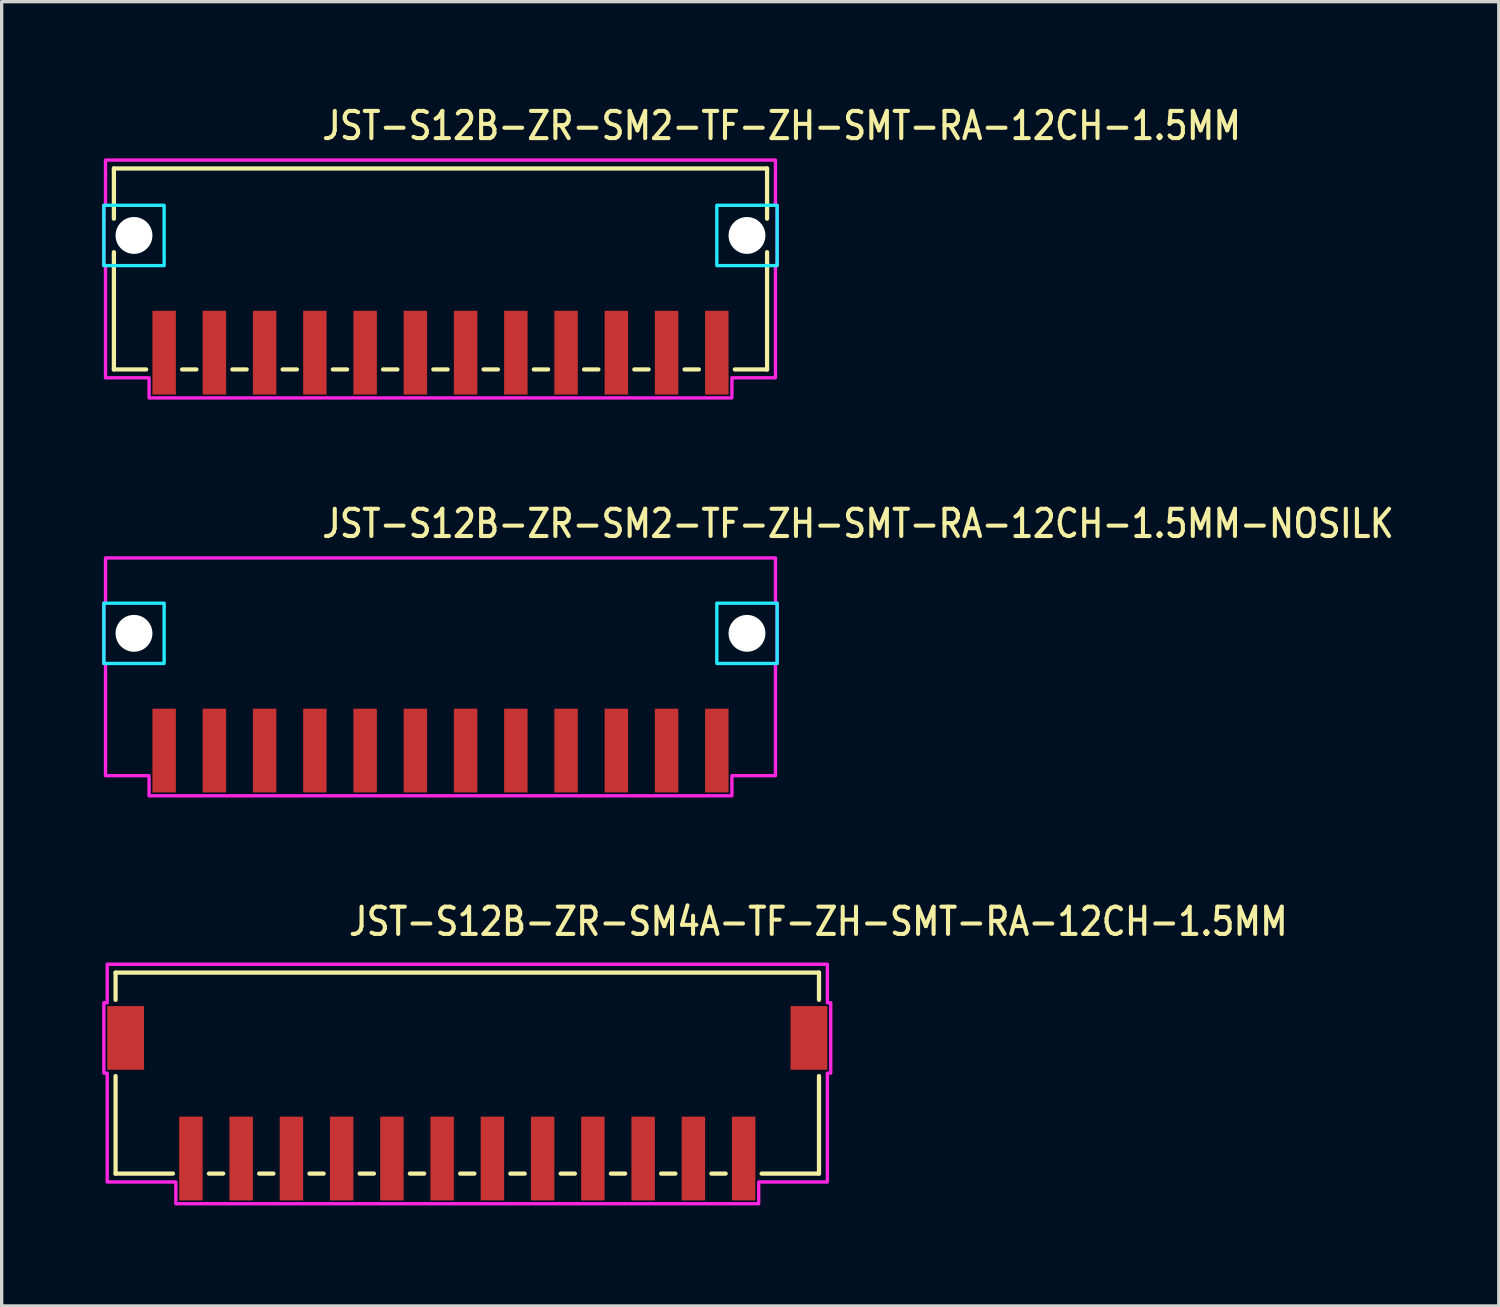
<source format=kicad_pcb>
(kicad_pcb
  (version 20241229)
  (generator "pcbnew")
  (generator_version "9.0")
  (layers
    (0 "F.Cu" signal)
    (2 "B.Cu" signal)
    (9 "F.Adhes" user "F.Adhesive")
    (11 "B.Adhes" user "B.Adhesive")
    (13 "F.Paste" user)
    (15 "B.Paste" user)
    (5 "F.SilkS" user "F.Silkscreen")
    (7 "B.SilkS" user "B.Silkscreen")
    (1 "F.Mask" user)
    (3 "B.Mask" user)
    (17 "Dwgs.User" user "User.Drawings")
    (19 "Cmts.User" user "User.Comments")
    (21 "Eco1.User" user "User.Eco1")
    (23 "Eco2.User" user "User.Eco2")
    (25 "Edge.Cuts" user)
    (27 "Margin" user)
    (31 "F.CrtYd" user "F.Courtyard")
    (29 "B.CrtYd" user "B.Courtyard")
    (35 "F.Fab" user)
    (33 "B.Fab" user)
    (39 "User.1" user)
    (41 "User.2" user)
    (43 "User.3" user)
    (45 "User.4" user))
  (footprint "JST-S12B-ZR-SM2-TF-ZH-SMT-RA-12CH-1.5MM-NOSILK"
    (layer "F.Cu")
    (at 10.1 15.857)
    (property "Reference" "JST-S12B-ZR-SM2-TF-ZH-SMT-RA-12CH-1.5MM-NOSILK" (at -3.6 -2.8 0) (unlocked yes) (layer "F.SilkS") (effects (font (size 0.813 0.695) (thickness 0.122)) (justify left bottom)))
    (fp_poly (pts (xy -10.05 -0.9) (xy -10.05 0.9) (xy -8.25 0.9) (xy -8.25 -0.9)) (stroke (width 0.1) (type solid)) (fill no) (layer "B.CrtYd"))
    (fp_poly (pts (xy 10.05 -0.9) (xy 10.05 0.9) (xy 8.25 0.9) (xy 8.25 -0.9)) (stroke (width 0.1) (type solid)) (fill no) (layer "B.CrtYd"))
    (fp_poly (pts (xy -10 -2.25) (xy -10 -0.9) (xy -10.05 -0.9) (xy -10.05 0.9) (xy -10 0.9) (xy -10 4.25) (xy -8.7 4.25) (xy -8.7 4.85) (xy 8.7 4.85) (xy 8.7 4.25) (xy 10 4.25) (xy 10 0.9) (xy 10.05 0.9) (xy 10.05 -0.9) (xy 10 -0.9) (xy 10 -2.25)) (stroke (width 0.1) (type solid)) (fill no) (layer "F.CrtYd"))
    (pad "" np_thru_hole circle (at -9.15 0) (size 1.1 1.1) (drill 1.1) (layers "*.Cu" "*.Mask"))
    (pad "" np_thru_hole circle (at 9.15 0) (size 1.1 1.1) (drill 1.1) (layers "*.Cu" "*.Mask"))
    (pad "P$1" smd rect (at 8.25 3.5) (size 0.7 2.5) (layers "F.Cu" "F.Mask" "F.Paste"))
    (pad "P$2" smd rect (at 6.75 3.5) (size 0.7 2.5) (layers "F.Cu" "F.Mask" "F.Paste"))
    (pad "P$3" smd rect (at 5.25 3.5) (size 0.7 2.5) (layers "F.Cu" "F.Mask" "F.Paste"))
    (pad "P$4" smd rect (at 3.75 3.5) (size 0.7 2.5) (layers "F.Cu" "F.Mask" "F.Paste"))
    (pad "P$5" smd rect (at 2.25 3.5) (size 0.7 2.5) (layers "F.Cu" "F.Mask" "F.Paste"))
    (pad "P$6" smd rect (at 0.75 3.5) (size 0.7 2.5) (layers "F.Cu" "F.Mask" "F.Paste"))
    (pad "P$7" smd rect (at -0.75 3.5) (size 0.7 2.5) (layers "F.Cu" "F.Mask" "F.Paste"))
    (pad "P$8" smd rect (at -2.25 3.5) (size 0.7 2.5) (layers "F.Cu" "F.Mask" "F.Paste"))
    (pad "P$9" smd rect (at -3.75 3.5) (size 0.7 2.5) (layers "F.Cu" "F.Mask" "F.Paste"))
    (pad "P$10" smd rect (at -5.25 3.5) (size 0.7 2.5) (layers "F.Cu" "F.Mask" "F.Paste"))
    (pad "P$11" smd rect (at -6.75 3.5) (size 0.7 2.5) (layers "F.Cu" "F.Mask" "F.Paste"))
    (pad "P$12" smd rect (at -8.25 3.5) (size 0.7 2.5) (layers "F.Cu" "F.Mask" "F.Paste")))
  (footprint "JST-S12B-ZR-SM2-TF-ZH-SMT-RA-12CH-1.5MM"
    (layer "F.Cu")
    (at 10.1 3.979)
    (property "Reference" "JST-S12B-ZR-SM2-TF-ZH-SMT-RA-12CH-1.5MM" (at -3.6 -2.8 0) (unlocked yes) (layer "F.SilkS") (effects (font (size 0.813 0.695) (thickness 0.122)) (justify left bottom)))
    (fp_line (start -9.75 -2) (end -9.75 -0.5) (stroke (width 0.127) (type solid)) (layer "F.SilkS"))
    (fp_line (start -9.75 -2) (end 9.75 -2) (stroke (width 0.127) (type solid)) (layer "F.SilkS"))
    (fp_line (start -9.75 4) (end -9.75 0.5) (stroke (width 0.127) (type solid)) (layer "F.SilkS"))
    (fp_line (start -9.75 4) (end -8.787 4) (stroke (width 0.127) (type solid)) (layer "F.SilkS"))
    (fp_line (start -7.713 4) (end -7.287 4) (stroke (width 0.127) (type solid)) (layer "F.SilkS"))
    (fp_line (start -6.213 4) (end -5.787 4) (stroke (width 0.127) (type solid)) (layer "F.SilkS"))
    (fp_line (start -4.713 4) (end -4.287 4) (stroke (width 0.127) (type solid)) (layer "F.SilkS"))
    (fp_line (start -3.213 4) (end -2.787 4) (stroke (width 0.127) (type solid)) (layer "F.SilkS"))
    (fp_line (start -1.714 4) (end -1.286 4) (stroke (width 0.127) (type solid)) (layer "F.SilkS"))
    (fp_line (start -0.213 4) (end 0.213 4) (stroke (width 0.127) (type solid)) (layer "F.SilkS"))
    (fp_line (start 1.286 4) (end 1.714 4) (stroke (width 0.127) (type solid)) (layer "F.SilkS"))
    (fp_line (start 2.787 4) (end 3.213 4) (stroke (width 0.127) (type solid)) (layer "F.SilkS"))
    (fp_line (start 4.287 4) (end 4.713 4) (stroke (width 0.127) (type solid)) (layer "F.SilkS"))
    (fp_line (start 5.787 4) (end 6.213 4) (stroke (width 0.127) (type solid)) (layer "F.SilkS"))
    (fp_line (start 7.287 4) (end 7.713 4) (stroke (width 0.127) (type solid)) (layer "F.SilkS"))
    (fp_line (start 8.787 4) (end 9.75 4) (stroke (width 0.127) (type solid)) (layer "F.SilkS"))
    (fp_line (start 9.75 -0.5) (end 9.75 -2) (stroke (width 0.127) (type solid)) (layer "F.SilkS"))
    (fp_line (start 9.75 0.5) (end 9.75 4) (stroke (width 0.127) (type solid)) (layer "F.SilkS"))
    (fp_poly (pts (xy -10.05 -0.9) (xy -10.05 0.9) (xy -8.25 0.9) (xy -8.25 -0.9)) (stroke (width 0.1) (type solid)) (fill no) (layer "B.CrtYd"))
    (fp_poly (pts (xy 10.05 -0.9) (xy 10.05 0.9) (xy 8.25 0.9) (xy 8.25 -0.9)) (stroke (width 0.1) (type solid)) (fill no) (layer "B.CrtYd"))
    (fp_poly (pts (xy -10 -2.25) (xy -10 -0.9) (xy -10.05 -0.9) (xy -10.05 0.9) (xy -10 0.9) (xy -10 4.25) (xy -8.7 4.25) (xy -8.7 4.85) (xy 8.7 4.85) (xy 8.7 4.25) (xy 10 4.25) (xy 10 0.9) (xy 10.05 0.9) (xy 10.05 -0.9) (xy 10 -0.9) (xy 10 -2.25)) (stroke (width 0.1) (type solid)) (fill no) (layer "F.CrtYd"))
    (pad "" np_thru_hole circle (at -9.15 0) (size 1.1 1.1) (drill 1.1) (layers "*.Cu" "*.Mask"))
    (pad "" np_thru_hole circle (at 9.15 0) (size 1.1 1.1) (drill 1.1) (layers "*.Cu" "*.Mask"))
    (pad "P$1" smd rect (at 8.25 3.5) (size 0.7 2.5) (layers "F.Cu" "F.Mask" "F.Paste"))
    (pad "P$2" smd rect (at 6.75 3.5) (size 0.7 2.5) (layers "F.Cu" "F.Mask" "F.Paste"))
    (pad "P$3" smd rect (at 5.25 3.5) (size 0.7 2.5) (layers "F.Cu" "F.Mask" "F.Paste"))
    (pad "P$4" smd rect (at 3.75 3.5) (size 0.7 2.5) (layers "F.Cu" "F.Mask" "F.Paste"))
    (pad "P$5" smd rect (at 2.25 3.5) (size 0.7 2.5) (layers "F.Cu" "F.Mask" "F.Paste"))
    (pad "P$6" smd rect (at 0.75 3.5) (size 0.7 2.5) (layers "F.Cu" "F.Mask" "F.Paste"))
    (pad "P$7" smd rect (at -0.75 3.5) (size 0.7 2.5) (layers "F.Cu" "F.Mask" "F.Paste"))
    (pad "P$8" smd rect (at -2.25 3.5) (size 0.7 2.5) (layers "F.Cu" "F.Mask" "F.Paste"))
    (pad "P$9" smd rect (at -3.75 3.5) (size 0.7 2.5) (layers "F.Cu" "F.Mask" "F.Paste"))
    (pad "P$10" smd rect (at -5.25 3.5) (size 0.7 2.5) (layers "F.Cu" "F.Mask" "F.Paste"))
    (pad "P$11" smd rect (at -6.75 3.5) (size 0.7 2.5) (layers "F.Cu" "F.Mask" "F.Paste"))
    (pad "P$12" smd rect (at -8.25 3.5) (size 0.7 2.5) (layers "F.Cu" "F.Mask" "F.Paste")))
  (footprint "JST-S12B-ZR-SM4A-TF-ZH-SMT-RA-12CH-1.5MM"
    (layer "F.Cu")
    (at 10.9 27.936)
    (property "Reference" "JST-S12B-ZR-SM4A-TF-ZH-SMT-RA-12CH-1.5MM" (at -3.6 -3 0) (unlocked yes) (layer "F.SilkS") (effects (font (size 0.813 0.695) (thickness 0.122)) (justify left bottom)))
    (fp_line (start -10.5 -1.95) (end -10.5 -1.137) (stroke (width 0.127) (type solid)) (layer "F.SilkS"))
    (fp_line (start -10.5 -1.95) (end 10.5 -1.95) (stroke (width 0.127) (type solid)) (layer "F.SilkS"))
    (fp_line (start -10.5 4.05) (end -10.5 1.137) (stroke (width 0.127) (type solid)) (layer "F.SilkS"))
    (fp_line (start -10.5 4.05) (end -8.787 4.05) (stroke (width 0.127) (type solid)) (layer "F.SilkS"))
    (fp_line (start -7.713 4.05) (end -7.287 4.05) (stroke (width 0.127) (type solid)) (layer "F.SilkS"))
    (fp_line (start -6.213 4.05) (end -5.787 4.05) (stroke (width 0.127) (type solid)) (layer "F.SilkS"))
    (fp_line (start -4.713 4.05) (end -4.287 4.05) (stroke (width 0.127) (type solid)) (layer "F.SilkS"))
    (fp_line (start -3.213 4.05) (end -2.787 4.05) (stroke (width 0.127) (type solid)) (layer "F.SilkS"))
    (fp_line (start -1.714 4.05) (end -1.286 4.05) (stroke (width 0.127) (type solid)) (layer "F.SilkS"))
    (fp_line (start -0.213 4.05) (end 0.213 4.05) (stroke (width 0.127) (type solid)) (layer "F.SilkS"))
    (fp_line (start 1.286 4.05) (end 1.714 4.05) (stroke (width 0.127) (type solid)) (layer "F.SilkS"))
    (fp_line (start 2.787 4.05) (end 3.213 4.05) (stroke (width 0.127) (type solid)) (layer "F.SilkS"))
    (fp_line (start 4.287 4.05) (end 4.713 4.05) (stroke (width 0.127) (type solid)) (layer "F.SilkS"))
    (fp_line (start 5.787 4.05) (end 6.213 4.05) (stroke (width 0.127) (type solid)) (layer "F.SilkS"))
    (fp_line (start 7.287 4.05) (end 7.713 4.05) (stroke (width 0.127) (type solid)) (layer "F.SilkS"))
    (fp_line (start 8.787 4.05) (end 10.5 4.05) (stroke (width 0.127) (type solid)) (layer "F.SilkS"))
    (fp_line (start 10.5 -1.137) (end 10.5 -1.95) (stroke (width 0.127) (type solid)) (layer "F.SilkS"))
    (fp_line (start 10.5 1.137) (end 10.5 4.05) (stroke (width 0.127) (type solid)) (layer "F.SilkS"))
    (fp_poly (pts (xy -10.75 -2.2) (xy -10.75 -1.05) (xy -10.85 -1.05) (xy -10.85 1.05) (xy -10.75 1.05) (xy -10.75 4.3) (xy -8.7 4.3) (xy -8.7 4.95) (xy 8.7 4.95) (xy 8.7 4.3) (xy 10.75 4.3) (xy 10.75 1.05) (xy 10.85 1.05) (xy 10.85 -1.05) (xy 10.75 -1.05) (xy 10.75 -2.2)) (stroke (width 0.1) (type solid)) (fill no) (layer "F.CrtYd"))
    (pad "P$1" smd rect (at 8.25 3.6) (size 0.7 2.5) (layers "F.Cu" "F.Mask" "F.Paste"))
    (pad "P$2" smd rect (at 6.75 3.6) (size 0.7 2.5) (layers "F.Cu" "F.Mask" "F.Paste"))
    (pad "P$3" smd rect (at 5.25 3.6) (size 0.7 2.5) (layers "F.Cu" "F.Mask" "F.Paste"))
    (pad "P$4" smd rect (at 3.75 3.6) (size 0.7 2.5) (layers "F.Cu" "F.Mask" "F.Paste"))
    (pad "P$5" smd rect (at 2.25 3.6) (size 0.7 2.5) (layers "F.Cu" "F.Mask" "F.Paste"))
    (pad "P$6" smd rect (at 0.75 3.6) (size 0.7 2.5) (layers "F.Cu" "F.Mask" "F.Paste"))
    (pad "P$7" smd rect (at -0.75 3.6) (size 0.7 2.5) (layers "F.Cu" "F.Mask" "F.Paste"))
    (pad "P$8" smd rect (at -2.25 3.6) (size 0.7 2.5) (layers "F.Cu" "F.Mask" "F.Paste"))
    (pad "P$9" smd rect (at -3.75 3.6) (size 0.7 2.5) (layers "F.Cu" "F.Mask" "F.Paste"))
    (pad "P$10" smd rect (at -5.25 3.6) (size 0.7 2.5) (layers "F.Cu" "F.Mask" "F.Paste"))
    (pad "P$11" smd rect (at -6.75 3.6) (size 0.7 2.5) (layers "F.Cu" "F.Mask" "F.Paste"))
    (pad "P$12" smd rect (at -8.25 3.6) (size 0.7 2.5) (layers "F.Cu" "F.Mask" "F.Paste"))
    (pad "S$1" smd rect (at -10.2 0) (size 1.1 1.9) (layers "F.Cu" "F.Mask" "F.Paste"))
    (pad "S$2" smd rect (at 10.2 0) (size 1.1 1.9) (layers "F.Cu" "F.Mask" "F.Paste")))
  (gr_rect
    (start -3 -3)
    (end 41.694 35.936)
    (stroke (width 0.1) (type default))
    (fill no)
    (layer "Edge.Cuts")))
</source>
